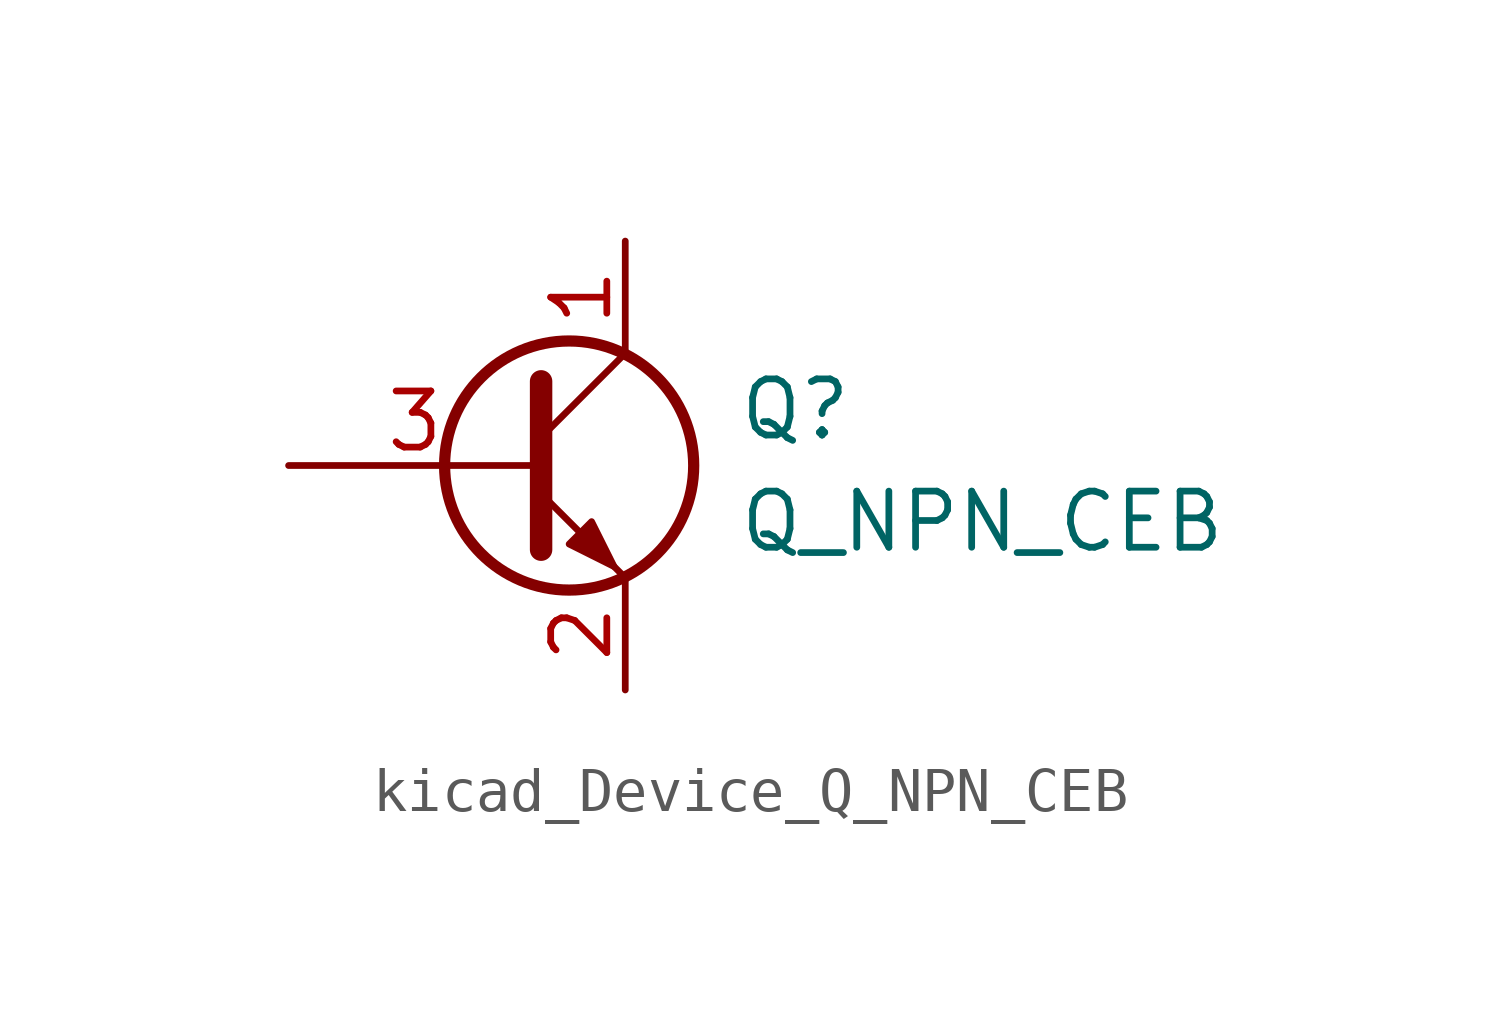
<source format=kicad_sym>
(kicad_symbol_lib
  (version 20220914)
  (generator kicad_symbol_editor)
  (symbol "kicad_Device_Q_NPN_CEB"
    (pin_names
      (offset 0) hide)
    (property "Reference" "Q"
      (at 5.08 1.27 0)
      (effects (font (size 1.27 1.27)) (justify left)))
    (property "Value" "Q_NPN_CEB"
      (at 5.08 -1.27 0)
      (effects (font (size 1.27 1.27)) (justify left)))
    (symbol "kicad_Device_Q_NPN_CEB_0_1"
      (polyline (pts (xy 0.635 0.635) (xy 2.54 2.54)) (stroke (width 0) (type default)) (fill (type none)))
      (polyline (pts (xy 0.635 -0.635) (xy 2.54 -2.54) (xy 2.54 -2.54)) (stroke (width 0) (type default)) (fill (type none)))
      (polyline (pts (xy 0.635 1.905) (xy 0.635 -1.905) (xy 0.635 -1.905)) (stroke (width 0.508) (type default)) (fill (type none)))
      (polyline (pts (xy 1.27 -1.778) (xy 1.778 -1.27) (xy 2.286 -2.286) (xy 1.27 -1.778) (xy 1.27 -1.778)) (stroke (width 0) (type default)) (fill (type outline)))
      (circle (center 1.27 0) (radius 2.819) (stroke (width 0.254) (type default)) (fill (type none))))
    (symbol "kicad_Device_Q_NPN_CEB_1_1"
      (pin passive line (at 2.54 5.08 270) (length 2.54) (name "C" (effects (font (size 1.27 1.27)))) (number "1" (effects (font (size 1.27 1.27)))))
      (pin passive line (at 2.54 -5.08 90) (length 2.54) (name "E" (effects (font (size 1.27 1.27)))) (number "2" (effects (font (size 1.27 1.27)))))
      (pin input line (at -5.08 0 0) (length 5.715) (name "B" (effects (font (size 1.27 1.27)))) (number "3" (effects (font (size 1.27 1.27))))))))
</source>
